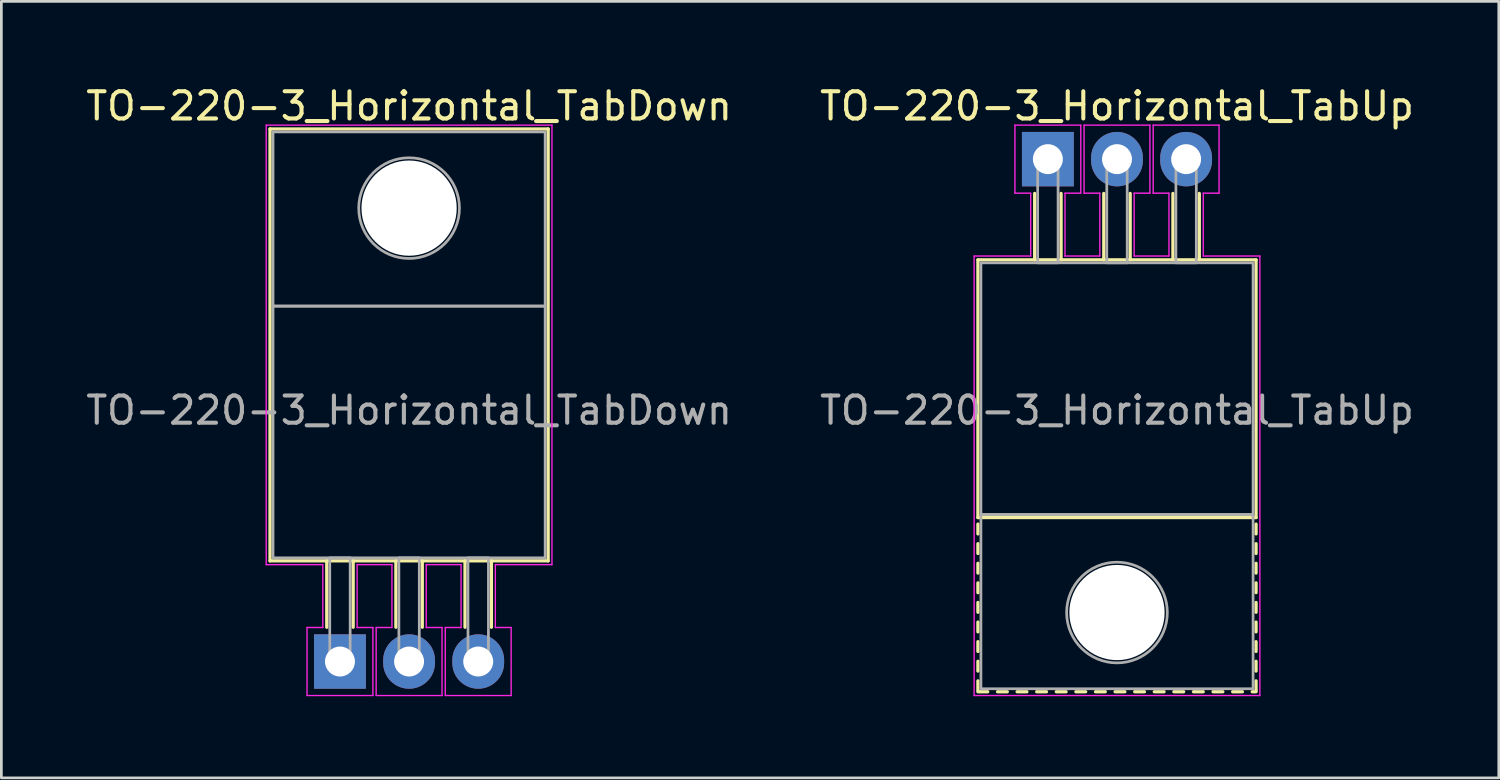
<source format=kicad_pcb>
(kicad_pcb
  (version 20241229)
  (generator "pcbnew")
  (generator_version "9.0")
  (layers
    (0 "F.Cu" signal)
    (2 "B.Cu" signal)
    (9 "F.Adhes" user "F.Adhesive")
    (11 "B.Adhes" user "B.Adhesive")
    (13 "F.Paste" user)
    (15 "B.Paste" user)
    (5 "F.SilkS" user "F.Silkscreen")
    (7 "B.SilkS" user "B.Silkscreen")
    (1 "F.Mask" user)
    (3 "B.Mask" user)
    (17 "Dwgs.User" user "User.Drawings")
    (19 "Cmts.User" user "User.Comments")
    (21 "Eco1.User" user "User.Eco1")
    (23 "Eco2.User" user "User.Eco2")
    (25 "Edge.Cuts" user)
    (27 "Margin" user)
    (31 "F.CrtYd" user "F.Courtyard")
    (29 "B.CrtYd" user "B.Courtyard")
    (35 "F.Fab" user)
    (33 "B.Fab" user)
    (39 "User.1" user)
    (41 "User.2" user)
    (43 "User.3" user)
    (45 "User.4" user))
  (footprint "TO-220-3_Horizontal_TabUp"
    (layer "F.Cu")
    (at 35.454 2.798)
    (property "Reference" "TO-220-3_Horizontal_TabUp" (at 2.54 -1.95 0) (layer "F.SilkS") (effects (font (size 1 1) (thickness 0.15))))
    (attr through_hole)
    (fp_line (start -2.57 3.7) (end -2.57 13.17) (stroke (width 0.12) (type solid)) (layer "F.SilkS"))
    (fp_line (start -2.57 3.7) (end 7.65 3.7) (stroke (width 0.12) (type solid)) (layer "F.SilkS"))
    (fp_line (start -2.57 13.17) (end 7.65 13.17) (stroke (width 0.12) (type solid)) (layer "F.SilkS"))
    (fp_line (start -2.57 13.41) (end -2.57 13.77) (stroke (width 0.12) (type solid)) (layer "F.SilkS"))
    (fp_line (start -2.57 14.13) (end -2.57 14.49) (stroke (width 0.12) (type solid)) (layer "F.SilkS"))
    (fp_line (start -2.57 14.85) (end -2.57 15.21) (stroke (width 0.12) (type solid)) (layer "F.SilkS"))
    (fp_line (start -2.57 15.57) (end -2.57 15.93) (stroke (width 0.12) (type solid)) (layer "F.SilkS"))
    (fp_line (start -2.57 16.29) (end -2.57 16.65) (stroke (width 0.12) (type solid)) (layer "F.SilkS"))
    (fp_line (start -2.57 17.01) (end -2.57 17.37) (stroke (width 0.12) (type solid)) (layer "F.SilkS"))
    (fp_line (start -2.57 17.73) (end -2.57 18.09) (stroke (width 0.12) (type solid)) (layer "F.SilkS"))
    (fp_line (start -2.57 18.45) (end -2.57 18.81) (stroke (width 0.12) (type solid)) (layer "F.SilkS"))
    (fp_line (start -2.57 19.17) (end -2.57 19.53) (stroke (width 0.12) (type solid)) (layer "F.SilkS"))
    (fp_line (start -2.57 19.57) (end -2.21 19.57) (stroke (width 0.12) (type solid)) (layer "F.SilkS"))
    (fp_line (start -1.85 19.57) (end -1.49 19.57) (stroke (width 0.12) (type solid)) (layer "F.SilkS"))
    (fp_line (start -1.13 19.57) (end -0.77 19.57) (stroke (width 0.12) (type solid)) (layer "F.SilkS"))
    (fp_line (start -0.485 3.7) (end -0.485 1.26) (stroke (width 0.12) (type solid)) (layer "F.SilkS"))
    (fp_line (start -0.41 19.57) (end -0.05 19.57) (stroke (width 0.12) (type solid)) (layer "F.SilkS"))
    (fp_line (start 0.31 19.57) (end 0.67 19.57) (stroke (width 0.12) (type solid)) (layer "F.SilkS"))
    (fp_line (start 0.485 3.7) (end 0.485 1.26) (stroke (width 0.12) (type solid)) (layer "F.SilkS"))
    (fp_line (start 1.03 19.57) (end 1.39 19.57) (stroke (width 0.12) (type solid)) (layer "F.SilkS"))
    (fp_line (start 1.75 19.57) (end 2.11 19.57) (stroke (width 0.12) (type solid)) (layer "F.SilkS"))
    (fp_line (start 2.055 3.7) (end 2.055 1.26) (stroke (width 0.12) (type solid)) (layer "F.SilkS"))
    (fp_line (start 2.47 19.57) (end 2.83 19.57) (stroke (width 0.12) (type solid)) (layer "F.SilkS"))
    (fp_line (start 3.025 3.7) (end 3.025 1.26) (stroke (width 0.12) (type solid)) (layer "F.SilkS"))
    (fp_line (start 3.19 19.57) (end 3.55 19.57) (stroke (width 0.12) (type solid)) (layer "F.SilkS"))
    (fp_line (start 3.91 19.57) (end 4.27 19.57) (stroke (width 0.12) (type solid)) (layer "F.SilkS"))
    (fp_line (start 4.595 3.7) (end 4.595 1.26) (stroke (width 0.12) (type solid)) (layer "F.SilkS"))
    (fp_line (start 4.63 19.57) (end 4.99 19.57) (stroke (width 0.12) (type solid)) (layer "F.SilkS"))
    (fp_line (start 5.35 19.57) (end 5.71 19.57) (stroke (width 0.12) (type solid)) (layer "F.SilkS"))
    (fp_line (start 5.565 3.7) (end 5.565 1.26) (stroke (width 0.12) (type solid)) (layer "F.SilkS"))
    (fp_line (start 6.07 19.57) (end 6.43 19.57) (stroke (width 0.12) (type solid)) (layer "F.SilkS"))
    (fp_line (start 6.79 19.57) (end 7.15 19.57) (stroke (width 0.12) (type solid)) (layer "F.SilkS"))
    (fp_line (start 7.51 19.57) (end 7.65 19.57) (stroke (width 0.12) (type solid)) (layer "F.SilkS"))
    (fp_line (start 7.65 3.7) (end 7.65 13.17) (stroke (width 0.12) (type solid)) (layer "F.SilkS"))
    (fp_line (start 7.65 13.41) (end 7.65 13.77) (stroke (width 0.12) (type solid)) (layer "F.SilkS"))
    (fp_line (start 7.65 14.13) (end 7.65 14.49) (stroke (width 0.12) (type solid)) (layer "F.SilkS"))
    (fp_line (start 7.65 14.85) (end 7.65 15.21) (stroke (width 0.12) (type solid)) (layer "F.SilkS"))
    (fp_line (start 7.65 15.57) (end 7.65 15.93) (stroke (width 0.12) (type solid)) (layer "F.SilkS"))
    (fp_line (start 7.65 16.29) (end 7.65 16.65) (stroke (width 0.12) (type solid)) (layer "F.SilkS"))
    (fp_line (start 7.65 17.01) (end 7.65 17.37) (stroke (width 0.12) (type solid)) (layer "F.SilkS"))
    (fp_line (start 7.65 17.73) (end 7.65 18.09) (stroke (width 0.12) (type solid)) (layer "F.SilkS"))
    (fp_line (start 7.65 18.45) (end 7.65 18.81) (stroke (width 0.12) (type solid)) (layer "F.SilkS"))
    (fp_line (start 7.65 19.17) (end 7.65 19.53) (stroke (width 0.12) (type solid)) (layer "F.SilkS"))
    (fp_line (start -2.71 3.56) (end -0.63 3.56) (stroke (width 0.05) (type solid)) (layer "F.CrtYd"))
    (fp_line (start -2.71 19.71) (end -2.71 3.56) (stroke (width 0.05) (type solid)) (layer "F.CrtYd"))
    (fp_line (start -1.21 -1.25) (end 1.21 -1.25) (stroke (width 0.05) (type solid)) (layer "F.CrtYd"))
    (fp_line (start -1.21 1.25) (end -1.21 -1.25) (stroke (width 0.05) (type solid)) (layer "F.CrtYd"))
    (fp_line (start -0.63 1.25) (end -1.21 1.25) (stroke (width 0.05) (type solid)) (layer "F.CrtYd"))
    (fp_line (start -0.63 3.56) (end -0.63 1.25) (stroke (width 0.05) (type solid)) (layer "F.CrtYd"))
    (fp_line (start 0.63 1.25) (end 0.63 3.56) (stroke (width 0.05) (type solid)) (layer "F.CrtYd"))
    (fp_line (start 0.63 3.56) (end 1.91 3.56) (stroke (width 0.05) (type solid)) (layer "F.CrtYd"))
    (fp_line (start 1.21 -1.25) (end 1.21 1.25) (stroke (width 0.05) (type solid)) (layer "F.CrtYd"))
    (fp_line (start 1.21 1.25) (end 0.63 1.25) (stroke (width 0.05) (type solid)) (layer "F.CrtYd"))
    (fp_line (start 1.33 -1.25) (end 3.75 -1.25) (stroke (width 0.05) (type solid)) (layer "F.CrtYd"))
    (fp_line (start 1.33 1.25) (end 1.33 -1.25) (stroke (width 0.05) (type solid)) (layer "F.CrtYd"))
    (fp_line (start 1.91 1.25) (end 1.33 1.25) (stroke (width 0.05) (type solid)) (layer "F.CrtYd"))
    (fp_line (start 1.91 3.56) (end 1.91 1.25) (stroke (width 0.05) (type solid)) (layer "F.CrtYd"))
    (fp_line (start 3.17 1.25) (end 3.17 3.56) (stroke (width 0.05) (type solid)) (layer "F.CrtYd"))
    (fp_line (start 3.17 3.56) (end 4.45 3.56) (stroke (width 0.05) (type solid)) (layer "F.CrtYd"))
    (fp_line (start 3.75 -1.25) (end 3.75 1.25) (stroke (width 0.05) (type solid)) (layer "F.CrtYd"))
    (fp_line (start 3.75 1.25) (end 3.17 1.25) (stroke (width 0.05) (type solid)) (layer "F.CrtYd"))
    (fp_line (start 3.87 -1.25) (end 6.29 -1.25) (stroke (width 0.05) (type solid)) (layer "F.CrtYd"))
    (fp_line (start 3.87 1.25) (end 3.87 -1.25) (stroke (width 0.05) (type solid)) (layer "F.CrtYd"))
    (fp_line (start 4.45 1.25) (end 3.87 1.25) (stroke (width 0.05) (type solid)) (layer "F.CrtYd"))
    (fp_line (start 4.45 3.56) (end 4.45 1.25) (stroke (width 0.05) (type solid)) (layer "F.CrtYd"))
    (fp_line (start 5.71 1.25) (end 5.71 3.56) (stroke (width 0.05) (type solid)) (layer "F.CrtYd"))
    (fp_line (start 5.71 3.56) (end 7.79 3.56) (stroke (width 0.05) (type solid)) (layer "F.CrtYd"))
    (fp_line (start 6.29 -1.25) (end 6.29 1.25) (stroke (width 0.05) (type solid)) (layer "F.CrtYd"))
    (fp_line (start 6.29 1.25) (end 5.71 1.25) (stroke (width 0.05) (type solid)) (layer "F.CrtYd"))
    (fp_line (start 7.79 3.56) (end 7.79 19.71) (stroke (width 0.05) (type solid)) (layer "F.CrtYd"))
    (fp_line (start 7.79 19.71) (end -2.71 19.71) (stroke (width 0.05) (type solid)) (layer "F.CrtYd"))
    (fp_rect (start -2.46 3.81) (end 7.54 13.06) (stroke (width 0.1) (type solid)) (fill no) (layer "F.Fab"))
    (fp_rect (start -2.46 13.06) (end 7.54 19.46) (stroke (width 0.1) (type solid)) (fill no) (layer "F.Fab"))
    (fp_rect (start -0.375 3.81) (end 0.375 0) (stroke (width 0.1) (type solid)) (fill no) (layer "F.Fab"))
    (fp_rect (start 2.165 3.81) (end 2.915 0) (stroke (width 0.1) (type solid)) (fill no) (layer "F.Fab"))
    (fp_rect (start 4.705 3.81) (end 5.455 0) (stroke (width 0.1) (type solid)) (fill no) (layer "F.Fab"))
    (fp_circle (center 2.54 16.66) (end 4.39 16.66) (stroke (width 0.1) (type solid)) (fill no) (layer "F.Fab"))
    (fp_text user "${REFERENCE}" (at 2.54 9.23 0) (layer "F.Fab") (effects (font (size 1 1) (thickness 0.15))))
    (pad "" np_thru_hole circle (at 2.54 16.66) (size 3.5 3.5) (drill 3.5) (layers "*.Cu" "*.Mask"))
    (pad "1" thru_hole rect (at 0 0) (size 1.905 2) (drill 1.1) (layers "*.Cu" "*.Mask"))
    (pad "2" thru_hole oval (at 2.54 0) (size 1.905 2) (drill 1.1) (layers "*.Cu" "*.Mask"))
    (pad "3" thru_hole oval (at 5.08 0) (size 1.905 2) (drill 1.1) (layers "*.Cu" "*.Mask")))
  (footprint "TO-220-3_Horizontal_TabDown"
    (layer "F.Cu")
    (at 9.442 21.258)
    (property "Reference" "TO-220-3_Horizontal_TabDown" (at 2.54 -20.41 0) (layer "F.SilkS") (effects (font (size 1 1) (thickness 0.15))))
    (attr through_hole)
    (fp_line (start -2.57 -19.57) (end 7.65 -19.57) (stroke (width 0.12) (type solid)) (layer "F.SilkS"))
    (fp_line (start -2.57 -3.7) (end -2.57 -19.57) (stroke (width 0.12) (type solid)) (layer "F.SilkS"))
    (fp_line (start -2.57 -3.7) (end 7.65 -3.7) (stroke (width 0.12) (type solid)) (layer "F.SilkS"))
    (fp_line (start -0.485 -3.7) (end -0.485 -1.26) (stroke (width 0.12) (type solid)) (layer "F.SilkS"))
    (fp_line (start 0.485 -3.7) (end 0.485 -1.26) (stroke (width 0.12) (type solid)) (layer "F.SilkS"))
    (fp_line (start 2.055 -3.7) (end 2.055 -1.26) (stroke (width 0.12) (type solid)) (layer "F.SilkS"))
    (fp_line (start 3.025 -3.7) (end 3.025 -1.26) (stroke (width 0.12) (type solid)) (layer "F.SilkS"))
    (fp_line (start 4.595 -3.7) (end 4.595 -1.26) (stroke (width 0.12) (type solid)) (layer "F.SilkS"))
    (fp_line (start 5.565 -3.7) (end 5.565 -1.26) (stroke (width 0.12) (type solid)) (layer "F.SilkS"))
    (fp_line (start 7.65 -3.7) (end 7.65 -19.57) (stroke (width 0.12) (type solid)) (layer "F.SilkS"))
    (fp_line (start -2.71 -19.71) (end 7.79 -19.71) (stroke (width 0.05) (type solid)) (layer "F.CrtYd"))
    (fp_line (start -2.71 -3.56) (end -2.71 -19.71) (stroke (width 0.05) (type solid)) (layer "F.CrtYd"))
    (fp_line (start -1.21 -1.25) (end -0.63 -1.25) (stroke (width 0.05) (type solid)) (layer "F.CrtYd"))
    (fp_line (start -1.21 1.25) (end -1.21 -1.25) (stroke (width 0.05) (type solid)) (layer "F.CrtYd"))
    (fp_line (start -0.63 -3.56) (end -2.71 -3.56) (stroke (width 0.05) (type solid)) (layer "F.CrtYd"))
    (fp_line (start -0.63 -1.25) (end -0.63 -3.56) (stroke (width 0.05) (type solid)) (layer "F.CrtYd"))
    (fp_line (start 0.63 -3.56) (end 0.63 -1.25) (stroke (width 0.05) (type solid)) (layer "F.CrtYd"))
    (fp_line (start 0.63 -1.25) (end 1.21 -1.25) (stroke (width 0.05) (type solid)) (layer "F.CrtYd"))
    (fp_line (start 1.21 -1.25) (end 1.21 1.25) (stroke (width 0.05) (type solid)) (layer "F.CrtYd"))
    (fp_line (start 1.21 1.25) (end -1.21 1.25) (stroke (width 0.05) (type solid)) (layer "F.CrtYd"))
    (fp_line (start 1.33 -1.25) (end 1.91 -1.25) (stroke (width 0.05) (type solid)) (layer "F.CrtYd"))
    (fp_line (start 1.33 1.25) (end 1.33 -1.25) (stroke (width 0.05) (type solid)) (layer "F.CrtYd"))
    (fp_line (start 1.91 -3.56) (end 0.63 -3.56) (stroke (width 0.05) (type solid)) (layer "F.CrtYd"))
    (fp_line (start 1.91 -1.25) (end 1.91 -3.56) (stroke (width 0.05) (type solid)) (layer "F.CrtYd"))
    (fp_line (start 3.17 -3.56) (end 3.17 -1.25) (stroke (width 0.05) (type solid)) (layer "F.CrtYd"))
    (fp_line (start 3.17 -1.25) (end 3.75 -1.25) (stroke (width 0.05) (type solid)) (layer "F.CrtYd"))
    (fp_line (start 3.75 -1.25) (end 3.75 1.25) (stroke (width 0.05) (type solid)) (layer "F.CrtYd"))
    (fp_line (start 3.75 1.25) (end 1.33 1.25) (stroke (width 0.05) (type solid)) (layer "F.CrtYd"))
    (fp_line (start 3.87 -1.25) (end 4.45 -1.25) (stroke (width 0.05) (type solid)) (layer "F.CrtYd"))
    (fp_line (start 3.87 1.25) (end 3.87 -1.25) (stroke (width 0.05) (type solid)) (layer "F.CrtYd"))
    (fp_line (start 4.45 -3.56) (end 3.17 -3.56) (stroke (width 0.05) (type solid)) (layer "F.CrtYd"))
    (fp_line (start 4.45 -1.25) (end 4.45 -3.56) (stroke (width 0.05) (type solid)) (layer "F.CrtYd"))
    (fp_line (start 5.71 -3.56) (end 5.71 -1.25) (stroke (width 0.05) (type solid)) (layer "F.CrtYd"))
    (fp_line (start 5.71 -1.25) (end 6.29 -1.25) (stroke (width 0.05) (type solid)) (layer "F.CrtYd"))
    (fp_line (start 6.29 -1.25) (end 6.29 1.25) (stroke (width 0.05) (type solid)) (layer "F.CrtYd"))
    (fp_line (start 6.29 1.25) (end 3.87 1.25) (stroke (width 0.05) (type solid)) (layer "F.CrtYd"))
    (fp_line (start 7.79 -19.71) (end 7.79 -3.56) (stroke (width 0.05) (type solid)) (layer "F.CrtYd"))
    (fp_line (start 7.79 -3.56) (end 5.71 -3.56) (stroke (width 0.05) (type solid)) (layer "F.CrtYd"))
    (fp_rect (start -2.46 -19.46) (end 7.54 -13.06) (stroke (width 0.1) (type solid)) (fill no) (layer "F.Fab"))
    (fp_rect (start -2.46 -3.81) (end 7.54 -13.06) (stroke (width 0.1) (type solid)) (fill no) (layer "F.Fab"))
    (fp_rect (start -0.375 -3.81) (end 0.375 0) (stroke (width 0.1) (type solid)) (fill no) (layer "F.Fab"))
    (fp_rect (start 2.165 -3.81) (end 2.915 0) (stroke (width 0.1) (type solid)) (fill no) (layer "F.Fab"))
    (fp_rect (start 4.705 -3.81) (end 5.455 0) (stroke (width 0.1) (type solid)) (fill no) (layer "F.Fab"))
    (fp_circle (center 2.54 -16.66) (end 4.39 -16.66) (stroke (width 0.1) (type solid)) (fill no) (layer "F.Fab"))
    (fp_text user "${REFERENCE}" (at 2.54 -9.23 0) (layer "F.Fab") (effects (font (size 1 1) (thickness 0.15))))
    (pad "" np_thru_hole circle (at 2.54 -16.66) (size 3.5 3.5) (drill 3.5) (layers "*.Cu" "*.Mask"))
    (pad "1" thru_hole rect (at 0 0) (size 1.905 2) (drill 1.1) (layers "*.Cu" "*.Mask"))
    (pad "2" thru_hole oval (at 2.54 0) (size 1.905 2) (drill 1.1) (layers "*.Cu" "*.Mask"))
    (pad "3" thru_hole oval (at 5.08 0) (size 1.905 2) (drill 1.1) (layers "*.Cu" "*.Mask")))
  (gr_rect
    (start -3 -3)
    (end 52.024 25.533)
    (stroke (width 0.1) (type default))
    (fill no)
    (layer "Edge.Cuts")))
</source>
